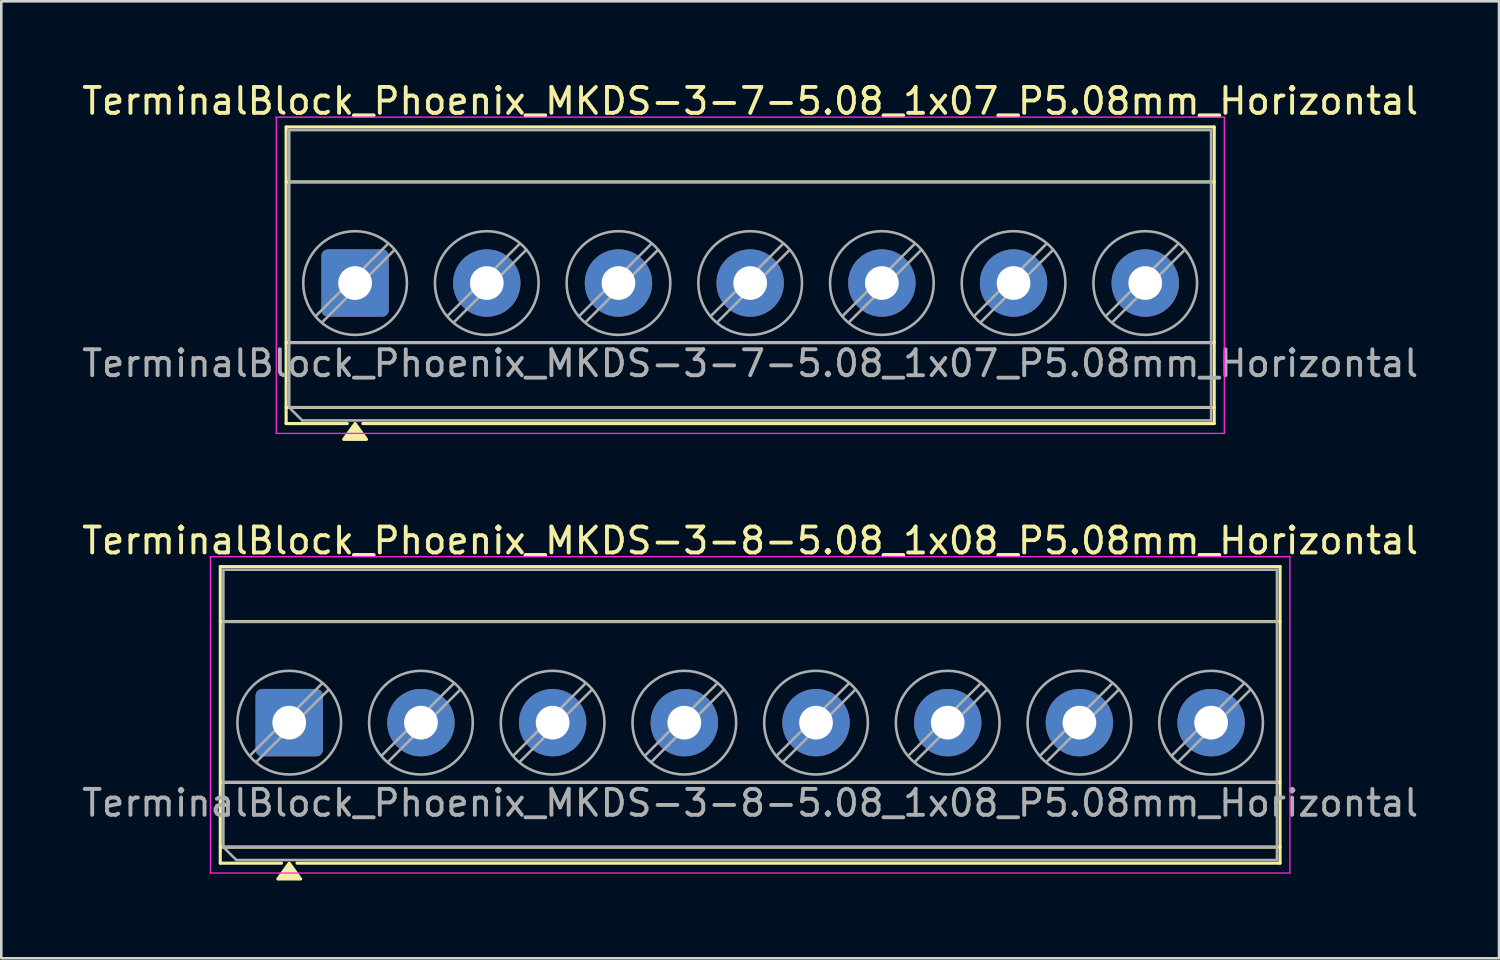
<source format=kicad_pcb>
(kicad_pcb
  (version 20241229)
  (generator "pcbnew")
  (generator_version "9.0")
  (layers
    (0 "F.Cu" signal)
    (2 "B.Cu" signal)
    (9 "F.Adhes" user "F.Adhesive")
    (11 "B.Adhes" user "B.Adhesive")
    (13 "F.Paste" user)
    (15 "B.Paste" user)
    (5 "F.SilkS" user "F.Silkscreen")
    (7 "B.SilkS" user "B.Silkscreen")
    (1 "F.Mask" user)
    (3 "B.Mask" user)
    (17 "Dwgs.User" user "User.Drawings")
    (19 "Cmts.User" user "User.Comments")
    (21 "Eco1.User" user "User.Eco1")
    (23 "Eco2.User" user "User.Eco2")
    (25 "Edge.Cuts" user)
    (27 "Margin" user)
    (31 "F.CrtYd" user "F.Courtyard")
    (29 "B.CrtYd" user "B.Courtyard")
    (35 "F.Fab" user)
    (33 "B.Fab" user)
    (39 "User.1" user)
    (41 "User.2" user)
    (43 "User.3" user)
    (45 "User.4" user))
  (footprint "TerminalBlock_Phoenix_MKDS-3-8-5.08_1x08_P5.08mm_Horizontal"
    (layer "F.Cu")
    (at 8.107 24.826)
    (property "Reference" "TerminalBlock_Phoenix_MKDS-3-8-5.08_1x08_P5.08mm_Horizontal" (at 17.78 -7.02 0) (layer "F.SilkS") (effects (font (size 1 1) (thickness 0.15))))
    (attr through_hole)
    (fp_line (start -2.66 -6.02) (end 38.22 -6.02) (stroke (width 0.12) (type solid)) (layer "F.SilkS"))
    (fp_line (start -2.66 -3.9) (end 38.22 -3.9) (stroke (width 0.12) (type solid)) (layer "F.SilkS"))
    (fp_line (start -2.66 2.3) (end 38.22 2.3) (stroke (width 0.12) (type solid)) (layer "F.SilkS"))
    (fp_line (start -2.66 4.8) (end 38.22 4.8) (stroke (width 0.12) (type solid)) (layer "F.SilkS"))
    (fp_line (start -2.66 5.42) (end -2.66 -6.02) (stroke (width 0.12) (type solid)) (layer "F.SilkS"))
    (fp_line (start -0.3 5.42) (end -2.66 5.42) (stroke (width 0.12) (type solid)) (layer "F.SilkS"))
    (fp_line (start 38.22 -6.02) (end 38.22 5.42) (stroke (width 0.12) (type solid)) (layer "F.SilkS"))
    (fp_line (start 38.22 5.42) (end 0.3 5.42) (stroke (width 0.12) (type solid)) (layer "F.SilkS"))
    (fp_poly (pts (xy 0 5.42) (xy 0.44 6.03) (xy -0.44 6.03)) (stroke (width 0.12) (type solid)) (fill yes) (layer "F.SilkS"))
    (fp_line (start -3.04 -6.4) (end -3.04 5.8) (stroke (width 0.05) (type solid)) (layer "F.CrtYd"))
    (fp_line (start -3.04 5.8) (end 38.6 5.8) (stroke (width 0.05) (type solid)) (layer "F.CrtYd"))
    (fp_line (start 38.6 -6.4) (end -3.04 -6.4) (stroke (width 0.05) (type solid)) (layer "F.CrtYd"))
    (fp_line (start 38.6 5.8) (end 38.6 -6.4) (stroke (width 0.05) (type solid)) (layer "F.CrtYd"))
    (fp_line (start -2.54 -5.9) (end 38.1 -5.9) (stroke (width 0.1) (type solid)) (layer "F.Fab"))
    (fp_line (start -2.54 -3.9) (end 38.1 -3.9) (stroke (width 0.1) (type solid)) (layer "F.Fab"))
    (fp_line (start -2.54 2.3) (end 38.1 2.3) (stroke (width 0.1) (type solid)) (layer "F.Fab"))
    (fp_line (start -2.54 4.8) (end -2.54 -5.9) (stroke (width 0.1) (type solid)) (layer "F.Fab"))
    (fp_line (start -2.54 4.8) (end 38.1 4.8) (stroke (width 0.1) (type solid)) (layer "F.Fab"))
    (fp_line (start -2.04 5.3) (end -2.54 4.8) (stroke (width 0.1) (type solid)) (layer "F.Fab"))
    (fp_line (start 1.273 -1.517) (end -1.517 1.273) (stroke (width 0.1) (type solid)) (layer "F.Fab"))
    (fp_line (start 1.517 -1.273) (end -1.273 1.517) (stroke (width 0.1) (type solid)) (layer "F.Fab"))
    (fp_line (start 6.353 -1.517) (end 3.563 1.273) (stroke (width 0.1) (type solid)) (layer "F.Fab"))
    (fp_line (start 6.597 -1.273) (end 3.807 1.517) (stroke (width 0.1) (type solid)) (layer "F.Fab"))
    (fp_line (start 11.433 -1.517) (end 8.643 1.273) (stroke (width 0.1) (type solid)) (layer "F.Fab"))
    (fp_line (start 11.677 -1.273) (end 8.887 1.517) (stroke (width 0.1) (type solid)) (layer "F.Fab"))
    (fp_line (start 16.513 -1.517) (end 13.723 1.273) (stroke (width 0.1) (type solid)) (layer "F.Fab"))
    (fp_line (start 16.757 -1.273) (end 13.967 1.517) (stroke (width 0.1) (type solid)) (layer "F.Fab"))
    (fp_line (start 21.593 -1.517) (end 18.803 1.273) (stroke (width 0.1) (type solid)) (layer "F.Fab"))
    (fp_line (start 21.837 -1.273) (end 19.047 1.517) (stroke (width 0.1) (type solid)) (layer "F.Fab"))
    (fp_line (start 26.673 -1.517) (end 23.883 1.273) (stroke (width 0.1) (type solid)) (layer "F.Fab"))
    (fp_line (start 26.917 -1.273) (end 24.127 1.517) (stroke (width 0.1) (type solid)) (layer "F.Fab"))
    (fp_line (start 31.753 -1.517) (end 28.963 1.273) (stroke (width 0.1) (type solid)) (layer "F.Fab"))
    (fp_line (start 31.997 -1.273) (end 29.207 1.517) (stroke (width 0.1) (type solid)) (layer "F.Fab"))
    (fp_line (start 36.833 -1.517) (end 34.043 1.273) (stroke (width 0.1) (type solid)) (layer "F.Fab"))
    (fp_line (start 37.077 -1.273) (end 34.287 1.517) (stroke (width 0.1) (type solid)) (layer "F.Fab"))
    (fp_line (start 38.1 -5.9) (end 38.1 5.3) (stroke (width 0.1) (type solid)) (layer "F.Fab"))
    (fp_line (start 38.1 5.3) (end -2.04 5.3) (stroke (width 0.1) (type solid)) (layer "F.Fab"))
    (fp_circle (center 0 0) (end 2 0) (stroke (width 0.1) (type solid)) (fill no) (layer "F.Fab"))
    (fp_circle (center 5.08 0) (end 7.08 0) (stroke (width 0.1) (type solid)) (fill no) (layer "F.Fab"))
    (fp_circle (center 10.16 0) (end 12.16 0) (stroke (width 0.1) (type solid)) (fill no) (layer "F.Fab"))
    (fp_circle (center 15.24 0) (end 17.24 0) (stroke (width 0.1) (type solid)) (fill no) (layer "F.Fab"))
    (fp_circle (center 20.32 0) (end 22.32 0) (stroke (width 0.1) (type solid)) (fill no) (layer "F.Fab"))
    (fp_circle (center 25.4 0) (end 27.4 0) (stroke (width 0.1) (type solid)) (fill no) (layer "F.Fab"))
    (fp_circle (center 30.48 0) (end 32.48 0) (stroke (width 0.1) (type solid)) (fill no) (layer "F.Fab"))
    (fp_circle (center 35.56 0) (end 37.56 0) (stroke (width 0.1) (type solid)) (fill no) (layer "F.Fab"))
    (fp_text user "${REFERENCE}" (at 17.78 3.1 0) (layer "F.Fab") (effects (font (size 1 1) (thickness 0.15))))
    (pad "1" thru_hole roundrect (at 0 0) (size 2.6 2.6) (drill 1.3) (layers "*.Cu" "*.Mask") (roundrect_rratio 0.096))
    (pad "2" thru_hole circle (at 5.08 0) (size 2.6 2.6) (drill 1.3) (layers "*.Cu" "*.Mask"))
    (pad "3" thru_hole circle (at 10.16 0) (size 2.6 2.6) (drill 1.3) (layers "*.Cu" "*.Mask"))
    (pad "4" thru_hole circle (at 15.24 0) (size 2.6 2.6) (drill 1.3) (layers "*.Cu" "*.Mask"))
    (pad "5" thru_hole circle (at 20.32 0) (size 2.6 2.6) (drill 1.3) (layers "*.Cu" "*.Mask"))
    (pad "6" thru_hole circle (at 25.4 0) (size 2.6 2.6) (drill 1.3) (layers "*.Cu" "*.Mask"))
    (pad "7" thru_hole circle (at 30.48 0) (size 2.6 2.6) (drill 1.3) (layers "*.Cu" "*.Mask"))
    (pad "8" thru_hole circle (at 35.56 0) (size 2.6 2.6) (drill 1.3) (layers "*.Cu" "*.Mask")))
  (footprint "TerminalBlock_Phoenix_MKDS-3-7-5.08_1x07_P5.08mm_Horizontal"
    (layer "F.Cu")
    (at 10.647 7.868)
    (property "Reference" "TerminalBlock_Phoenix_MKDS-3-7-5.08_1x07_P5.08mm_Horizontal" (at 15.24 -7.02 0) (layer "F.SilkS") (effects (font (size 1 1) (thickness 0.15))))
    (attr through_hole)
    (fp_line (start -2.66 -6.02) (end 33.14 -6.02) (stroke (width 0.12) (type solid)) (layer "F.SilkS"))
    (fp_line (start -2.66 -3.9) (end 33.14 -3.9) (stroke (width 0.12) (type solid)) (layer "F.SilkS"))
    (fp_line (start -2.66 2.3) (end 33.14 2.3) (stroke (width 0.12) (type solid)) (layer "F.SilkS"))
    (fp_line (start -2.66 4.8) (end 33.14 4.8) (stroke (width 0.12) (type solid)) (layer "F.SilkS"))
    (fp_line (start -2.66 5.42) (end -2.66 -6.02) (stroke (width 0.12) (type solid)) (layer "F.SilkS"))
    (fp_line (start -0.3 5.42) (end -2.66 5.42) (stroke (width 0.12) (type solid)) (layer "F.SilkS"))
    (fp_line (start 33.14 -6.02) (end 33.14 5.42) (stroke (width 0.12) (type solid)) (layer "F.SilkS"))
    (fp_line (start 33.14 5.42) (end 0.3 5.42) (stroke (width 0.12) (type solid)) (layer "F.SilkS"))
    (fp_poly (pts (xy 0 5.42) (xy 0.44 6.03) (xy -0.44 6.03)) (stroke (width 0.12) (type solid)) (fill yes) (layer "F.SilkS"))
    (fp_line (start -3.04 -6.4) (end -3.04 5.8) (stroke (width 0.05) (type solid)) (layer "F.CrtYd"))
    (fp_line (start -3.04 5.8) (end 33.53 5.8) (stroke (width 0.05) (type solid)) (layer "F.CrtYd"))
    (fp_line (start 33.53 -6.4) (end -3.04 -6.4) (stroke (width 0.05) (type solid)) (layer "F.CrtYd"))
    (fp_line (start 33.53 5.8) (end 33.53 -6.4) (stroke (width 0.05) (type solid)) (layer "F.CrtYd"))
    (fp_line (start -2.54 -5.9) (end 33.02 -5.9) (stroke (width 0.1) (type solid)) (layer "F.Fab"))
    (fp_line (start -2.54 -3.9) (end 33.02 -3.9) (stroke (width 0.1) (type solid)) (layer "F.Fab"))
    (fp_line (start -2.54 2.3) (end 33.02 2.3) (stroke (width 0.1) (type solid)) (layer "F.Fab"))
    (fp_line (start -2.54 4.8) (end -2.54 -5.9) (stroke (width 0.1) (type solid)) (layer "F.Fab"))
    (fp_line (start -2.54 4.8) (end 33.02 4.8) (stroke (width 0.1) (type solid)) (layer "F.Fab"))
    (fp_line (start -2.04 5.3) (end -2.54 4.8) (stroke (width 0.1) (type solid)) (layer "F.Fab"))
    (fp_line (start 1.273 -1.517) (end -1.517 1.273) (stroke (width 0.1) (type solid)) (layer "F.Fab"))
    (fp_line (start 1.517 -1.273) (end -1.273 1.517) (stroke (width 0.1) (type solid)) (layer "F.Fab"))
    (fp_line (start 6.353 -1.517) (end 3.563 1.273) (stroke (width 0.1) (type solid)) (layer "F.Fab"))
    (fp_line (start 6.597 -1.273) (end 3.807 1.517) (stroke (width 0.1) (type solid)) (layer "F.Fab"))
    (fp_line (start 11.433 -1.517) (end 8.643 1.273) (stroke (width 0.1) (type solid)) (layer "F.Fab"))
    (fp_line (start 11.677 -1.273) (end 8.887 1.517) (stroke (width 0.1) (type solid)) (layer "F.Fab"))
    (fp_line (start 16.513 -1.517) (end 13.723 1.273) (stroke (width 0.1) (type solid)) (layer "F.Fab"))
    (fp_line (start 16.757 -1.273) (end 13.967 1.517) (stroke (width 0.1) (type solid)) (layer "F.Fab"))
    (fp_line (start 21.593 -1.517) (end 18.803 1.273) (stroke (width 0.1) (type solid)) (layer "F.Fab"))
    (fp_line (start 21.837 -1.273) (end 19.047 1.517) (stroke (width 0.1) (type solid)) (layer "F.Fab"))
    (fp_line (start 26.673 -1.517) (end 23.883 1.273) (stroke (width 0.1) (type solid)) (layer "F.Fab"))
    (fp_line (start 26.917 -1.273) (end 24.127 1.517) (stroke (width 0.1) (type solid)) (layer "F.Fab"))
    (fp_line (start 31.753 -1.517) (end 28.963 1.273) (stroke (width 0.1) (type solid)) (layer "F.Fab"))
    (fp_line (start 31.997 -1.273) (end 29.207 1.517) (stroke (width 0.1) (type solid)) (layer "F.Fab"))
    (fp_line (start 33.02 -5.9) (end 33.02 5.3) (stroke (width 0.1) (type solid)) (layer "F.Fab"))
    (fp_line (start 33.02 5.3) (end -2.04 5.3) (stroke (width 0.1) (type solid)) (layer "F.Fab"))
    (fp_circle (center 0 0) (end 2 0) (stroke (width 0.1) (type solid)) (fill no) (layer "F.Fab"))
    (fp_circle (center 5.08 0) (end 7.08 0) (stroke (width 0.1) (type solid)) (fill no) (layer "F.Fab"))
    (fp_circle (center 10.16 0) (end 12.16 0) (stroke (width 0.1) (type solid)) (fill no) (layer "F.Fab"))
    (fp_circle (center 15.24 0) (end 17.24 0) (stroke (width 0.1) (type solid)) (fill no) (layer "F.Fab"))
    (fp_circle (center 20.32 0) (end 22.32 0) (stroke (width 0.1) (type solid)) (fill no) (layer "F.Fab"))
    (fp_circle (center 25.4 0) (end 27.4 0) (stroke (width 0.1) (type solid)) (fill no) (layer "F.Fab"))
    (fp_circle (center 30.48 0) (end 32.48 0) (stroke (width 0.1) (type solid)) (fill no) (layer "F.Fab"))
    (fp_text user "${REFERENCE}" (at 15.24 3.1 0) (layer "F.Fab") (effects (font (size 1 1) (thickness 0.15))))
    (pad "1" thru_hole roundrect (at 0 0) (size 2.6 2.6) (drill 1.3) (layers "*.Cu" "*.Mask") (roundrect_rratio 0.096))
    (pad "2" thru_hole circle (at 5.08 0) (size 2.6 2.6) (drill 1.3) (layers "*.Cu" "*.Mask"))
    (pad "3" thru_hole circle (at 10.16 0) (size 2.6 2.6) (drill 1.3) (layers "*.Cu" "*.Mask"))
    (pad "4" thru_hole circle (at 15.24 0) (size 2.6 2.6) (drill 1.3) (layers "*.Cu" "*.Mask"))
    (pad "5" thru_hole circle (at 20.32 0) (size 2.6 2.6) (drill 1.3) (layers "*.Cu" "*.Mask"))
    (pad "6" thru_hole circle (at 25.4 0) (size 2.6 2.6) (drill 1.3) (layers "*.Cu" "*.Mask"))
    (pad "7" thru_hole circle (at 30.48 0) (size 2.6 2.6) (drill 1.3) (layers "*.Cu" "*.Mask")))
  (gr_rect
    (start -3 -3)
    (end 54.774 33.916)
    (stroke (width 0.1) (type default))
    (fill no)
    (layer "Edge.Cuts")))
</source>
